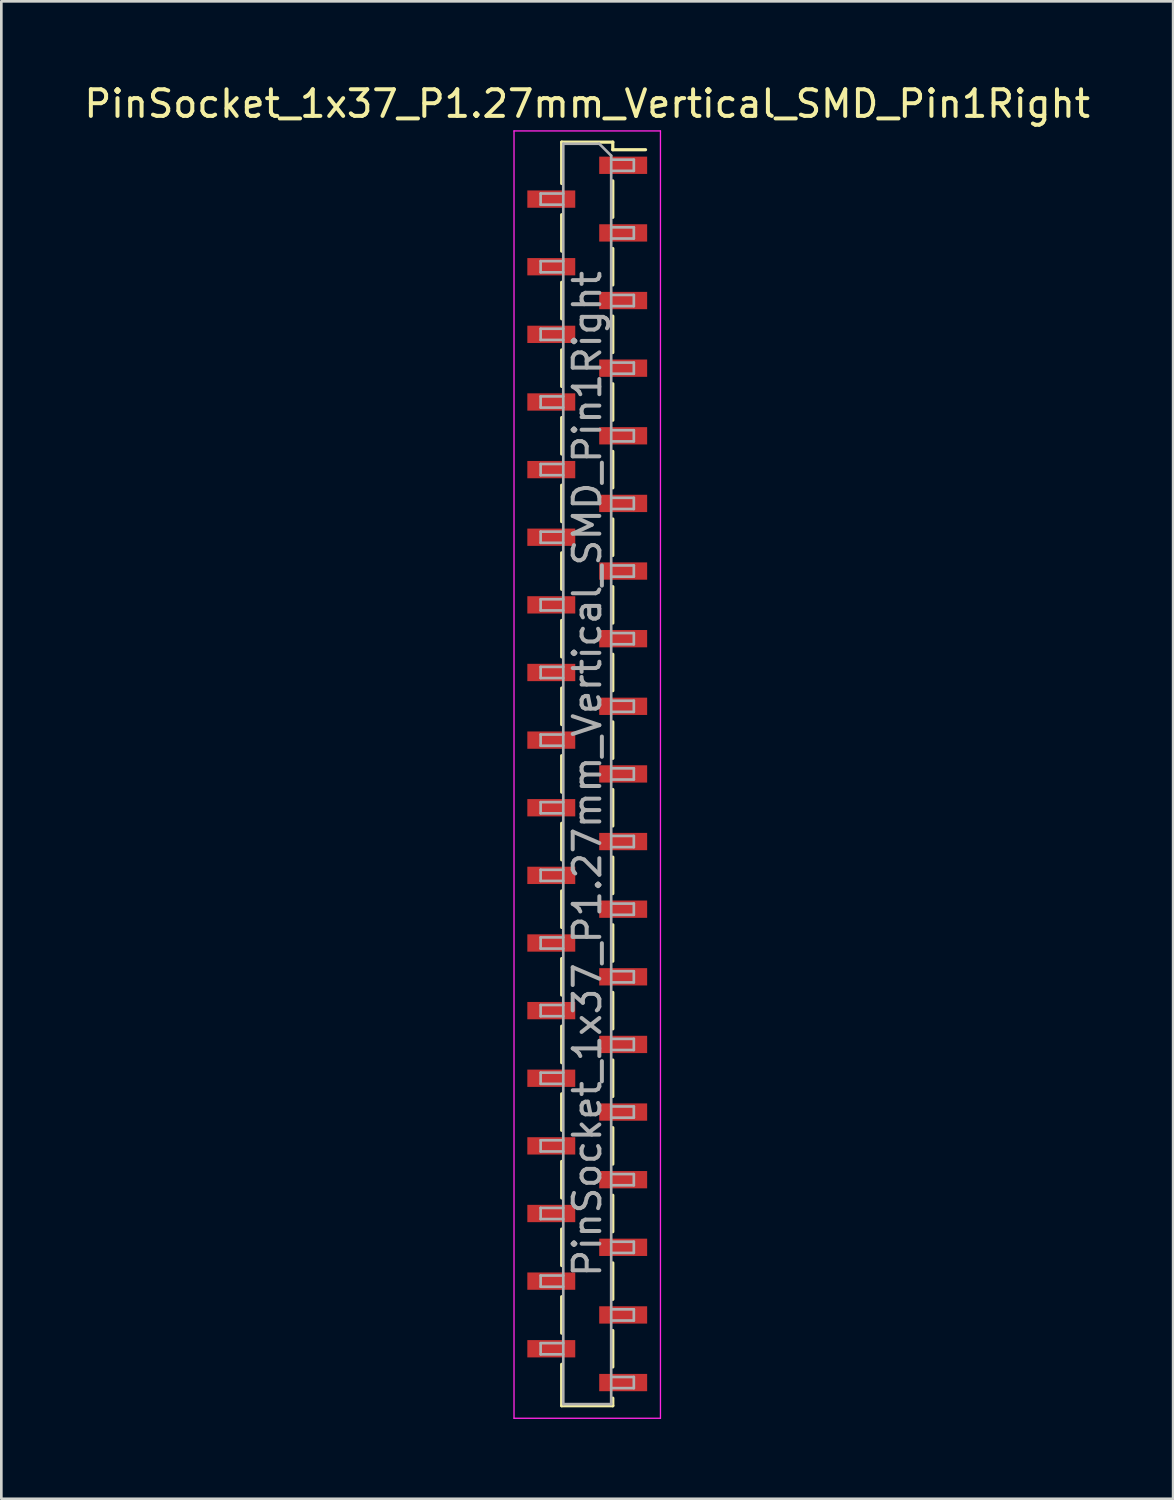
<source format=kicad_pcb>
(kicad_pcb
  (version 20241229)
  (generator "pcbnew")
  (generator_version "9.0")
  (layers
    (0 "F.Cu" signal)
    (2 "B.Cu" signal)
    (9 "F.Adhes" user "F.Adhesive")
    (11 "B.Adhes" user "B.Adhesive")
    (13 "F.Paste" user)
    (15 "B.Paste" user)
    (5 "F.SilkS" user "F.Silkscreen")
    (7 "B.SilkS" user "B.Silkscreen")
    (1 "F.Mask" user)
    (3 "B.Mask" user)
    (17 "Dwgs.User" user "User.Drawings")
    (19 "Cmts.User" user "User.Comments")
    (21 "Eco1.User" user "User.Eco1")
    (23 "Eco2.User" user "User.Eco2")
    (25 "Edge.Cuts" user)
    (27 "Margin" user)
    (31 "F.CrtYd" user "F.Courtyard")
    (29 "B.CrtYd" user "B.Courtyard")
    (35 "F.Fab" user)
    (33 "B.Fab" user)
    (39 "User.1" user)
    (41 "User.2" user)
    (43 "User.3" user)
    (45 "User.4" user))
  (footprint "PinSocket_1x37_P1.27mm_Vertical_SMD_Pin1Right"
    (layer "F.Cu")
    (at 19.006 26.018)
    (property "Reference" "PinSocket_1x37_P1.27mm_Vertical_SMD_Pin1Right" (at 0 -25.17 0) (layer "F.SilkS") (effects (font (size 1 1) (thickness 0.15))))
    (attr smd)
    (fp_line (start -0.96 -23.73) (end -0.96 -22.175) (stroke (width 0.12) (type solid)) (layer "F.SilkS"))
    (fp_line (start -0.96 -23.73) (end 0.96 -23.73) (stroke (width 0.12) (type solid)) (layer "F.SilkS"))
    (fp_line (start -0.96 -21.005) (end -0.96 -19.635) (stroke (width 0.12) (type solid)) (layer "F.SilkS"))
    (fp_line (start -0.96 -18.465) (end -0.96 -17.095) (stroke (width 0.12) (type solid)) (layer "F.SilkS"))
    (fp_line (start -0.96 -15.925) (end -0.96 -14.555) (stroke (width 0.12) (type solid)) (layer "F.SilkS"))
    (fp_line (start -0.96 -13.385) (end -0.96 -12.015) (stroke (width 0.12) (type solid)) (layer "F.SilkS"))
    (fp_line (start -0.96 -10.845) (end -0.96 -9.475) (stroke (width 0.12) (type solid)) (layer "F.SilkS"))
    (fp_line (start -0.96 -8.305) (end -0.96 -6.935) (stroke (width 0.12) (type solid)) (layer "F.SilkS"))
    (fp_line (start -0.96 -5.765) (end -0.96 -4.395) (stroke (width 0.12) (type solid)) (layer "F.SilkS"))
    (fp_line (start -0.96 -3.225) (end -0.96 -1.855) (stroke (width 0.12) (type solid)) (layer "F.SilkS"))
    (fp_line (start -0.96 -0.685) (end -0.96 0.685) (stroke (width 0.12) (type solid)) (layer "F.SilkS"))
    (fp_line (start -0.96 1.855) (end -0.96 3.225) (stroke (width 0.12) (type solid)) (layer "F.SilkS"))
    (fp_line (start -0.96 4.395) (end -0.96 5.765) (stroke (width 0.12) (type solid)) (layer "F.SilkS"))
    (fp_line (start -0.96 6.935) (end -0.96 8.305) (stroke (width 0.12) (type solid)) (layer "F.SilkS"))
    (fp_line (start -0.96 9.475) (end -0.96 10.845) (stroke (width 0.12) (type solid)) (layer "F.SilkS"))
    (fp_line (start -0.96 12.015) (end -0.96 13.385) (stroke (width 0.12) (type solid)) (layer "F.SilkS"))
    (fp_line (start -0.96 14.555) (end -0.96 15.925) (stroke (width 0.12) (type solid)) (layer "F.SilkS"))
    (fp_line (start -0.96 17.095) (end -0.96 18.465) (stroke (width 0.12) (type solid)) (layer "F.SilkS"))
    (fp_line (start -0.96 19.635) (end -0.96 21.005) (stroke (width 0.12) (type solid)) (layer "F.SilkS"))
    (fp_line (start -0.96 22.175) (end -0.96 23.73) (stroke (width 0.12) (type solid)) (layer "F.SilkS"))
    (fp_line (start -0.96 23.73) (end 0.96 23.73) (stroke (width 0.12) (type solid)) (layer "F.SilkS"))
    (fp_line (start 0.96 -23.73) (end 0.96 -23.445) (stroke (width 0.12) (type solid)) (layer "F.SilkS"))
    (fp_line (start 0.96 -23.445) (end 2.19 -23.445) (stroke (width 0.12) (type solid)) (layer "F.SilkS"))
    (fp_line (start 0.96 -22.275) (end 0.96 -20.905) (stroke (width 0.12) (type solid)) (layer "F.SilkS"))
    (fp_line (start 0.96 -19.735) (end 0.96 -18.365) (stroke (width 0.12) (type solid)) (layer "F.SilkS"))
    (fp_line (start 0.96 -17.195) (end 0.96 -15.825) (stroke (width 0.12) (type solid)) (layer "F.SilkS"))
    (fp_line (start 0.96 -14.655) (end 0.96 -13.285) (stroke (width 0.12) (type solid)) (layer "F.SilkS"))
    (fp_line (start 0.96 -12.115) (end 0.96 -10.745) (stroke (width 0.12) (type solid)) (layer "F.SilkS"))
    (fp_line (start 0.96 -9.575) (end 0.96 -8.205) (stroke (width 0.12) (type solid)) (layer "F.SilkS"))
    (fp_line (start 0.96 -7.035) (end 0.96 -5.665) (stroke (width 0.12) (type solid)) (layer "F.SilkS"))
    (fp_line (start 0.96 -4.495) (end 0.96 -3.125) (stroke (width 0.12) (type solid)) (layer "F.SilkS"))
    (fp_line (start 0.96 -1.955) (end 0.96 -0.585) (stroke (width 0.12) (type solid)) (layer "F.SilkS"))
    (fp_line (start 0.96 0.585) (end 0.96 1.955) (stroke (width 0.12) (type solid)) (layer "F.SilkS"))
    (fp_line (start 0.96 3.125) (end 0.96 4.495) (stroke (width 0.12) (type solid)) (layer "F.SilkS"))
    (fp_line (start 0.96 5.665) (end 0.96 7.035) (stroke (width 0.12) (type solid)) (layer "F.SilkS"))
    (fp_line (start 0.96 8.205) (end 0.96 9.575) (stroke (width 0.12) (type solid)) (layer "F.SilkS"))
    (fp_line (start 0.96 10.745) (end 0.96 12.115) (stroke (width 0.12) (type solid)) (layer "F.SilkS"))
    (fp_line (start 0.96 13.285) (end 0.96 14.655) (stroke (width 0.12) (type solid)) (layer "F.SilkS"))
    (fp_line (start 0.96 15.825) (end 0.96 17.195) (stroke (width 0.12) (type solid)) (layer "F.SilkS"))
    (fp_line (start 0.96 18.365) (end 0.96 19.735) (stroke (width 0.12) (type solid)) (layer "F.SilkS"))
    (fp_line (start 0.96 20.905) (end 0.96 22.275) (stroke (width 0.12) (type solid)) (layer "F.SilkS"))
    (fp_line (start 0.96 23.445) (end 0.96 23.73) (stroke (width 0.12) (type solid)) (layer "F.SilkS"))
    (fp_line (start -2.75 -24.15) (end 2.75 -24.15) (stroke (width 0.05) (type solid)) (layer "F.CrtYd"))
    (fp_line (start -2.75 24.2) (end -2.75 -24.15) (stroke (width 0.05) (type solid)) (layer "F.CrtYd"))
    (fp_line (start 2.75 -24.15) (end 2.75 24.2) (stroke (width 0.05) (type solid)) (layer "F.CrtYd"))
    (fp_line (start 2.75 24.2) (end -2.75 24.2) (stroke (width 0.05) (type solid)) (layer "F.CrtYd"))
    (fp_line (start -1.75 -21.8) (end -0.9 -21.8) (stroke (width 0.1) (type solid)) (layer "F.Fab"))
    (fp_line (start -1.75 -21.38) (end -1.75 -21.8) (stroke (width 0.1) (type solid)) (layer "F.Fab"))
    (fp_line (start -1.75 -19.26) (end -0.9 -19.26) (stroke (width 0.1) (type solid)) (layer "F.Fab"))
    (fp_line (start -1.75 -18.84) (end -1.75 -19.26) (stroke (width 0.1) (type solid)) (layer "F.Fab"))
    (fp_line (start -1.75 -16.72) (end -0.9 -16.72) (stroke (width 0.1) (type solid)) (layer "F.Fab"))
    (fp_line (start -1.75 -16.3) (end -1.75 -16.72) (stroke (width 0.1) (type solid)) (layer "F.Fab"))
    (fp_line (start -1.75 -14.18) (end -0.9 -14.18) (stroke (width 0.1) (type solid)) (layer "F.Fab"))
    (fp_line (start -1.75 -13.76) (end -1.75 -14.18) (stroke (width 0.1) (type solid)) (layer "F.Fab"))
    (fp_line (start -1.75 -11.64) (end -0.9 -11.64) (stroke (width 0.1) (type solid)) (layer "F.Fab"))
    (fp_line (start -1.75 -11.22) (end -1.75 -11.64) (stroke (width 0.1) (type solid)) (layer "F.Fab"))
    (fp_line (start -1.75 -9.1) (end -0.9 -9.1) (stroke (width 0.1) (type solid)) (layer "F.Fab"))
    (fp_line (start -1.75 -8.68) (end -1.75 -9.1) (stroke (width 0.1) (type solid)) (layer "F.Fab"))
    (fp_line (start -1.75 -6.56) (end -0.9 -6.56) (stroke (width 0.1) (type solid)) (layer "F.Fab"))
    (fp_line (start -1.75 -6.14) (end -1.75 -6.56) (stroke (width 0.1) (type solid)) (layer "F.Fab"))
    (fp_line (start -1.75 -4.02) (end -0.9 -4.02) (stroke (width 0.1) (type solid)) (layer "F.Fab"))
    (fp_line (start -1.75 -3.6) (end -1.75 -4.02) (stroke (width 0.1) (type solid)) (layer "F.Fab"))
    (fp_line (start -1.75 -1.48) (end -0.9 -1.48) (stroke (width 0.1) (type solid)) (layer "F.Fab"))
    (fp_line (start -1.75 -1.06) (end -1.75 -1.48) (stroke (width 0.1) (type solid)) (layer "F.Fab"))
    (fp_line (start -1.75 1.06) (end -0.9 1.06) (stroke (width 0.1) (type solid)) (layer "F.Fab"))
    (fp_line (start -1.75 1.48) (end -1.75 1.06) (stroke (width 0.1) (type solid)) (layer "F.Fab"))
    (fp_line (start -1.75 3.6) (end -0.9 3.6) (stroke (width 0.1) (type solid)) (layer "F.Fab"))
    (fp_line (start -1.75 4.02) (end -1.75 3.6) (stroke (width 0.1) (type solid)) (layer "F.Fab"))
    (fp_line (start -1.75 6.14) (end -0.9 6.14) (stroke (width 0.1) (type solid)) (layer "F.Fab"))
    (fp_line (start -1.75 6.56) (end -1.75 6.14) (stroke (width 0.1) (type solid)) (layer "F.Fab"))
    (fp_line (start -1.75 8.68) (end -0.9 8.68) (stroke (width 0.1) (type solid)) (layer "F.Fab"))
    (fp_line (start -1.75 9.1) (end -1.75 8.68) (stroke (width 0.1) (type solid)) (layer "F.Fab"))
    (fp_line (start -1.75 11.22) (end -0.9 11.22) (stroke (width 0.1) (type solid)) (layer "F.Fab"))
    (fp_line (start -1.75 11.64) (end -1.75 11.22) (stroke (width 0.1) (type solid)) (layer "F.Fab"))
    (fp_line (start -1.75 13.76) (end -0.9 13.76) (stroke (width 0.1) (type solid)) (layer "F.Fab"))
    (fp_line (start -1.75 14.18) (end -1.75 13.76) (stroke (width 0.1) (type solid)) (layer "F.Fab"))
    (fp_line (start -1.75 16.3) (end -0.9 16.3) (stroke (width 0.1) (type solid)) (layer "F.Fab"))
    (fp_line (start -1.75 16.72) (end -1.75 16.3) (stroke (width 0.1) (type solid)) (layer "F.Fab"))
    (fp_line (start -1.75 18.84) (end -0.9 18.84) (stroke (width 0.1) (type solid)) (layer "F.Fab"))
    (fp_line (start -1.75 19.26) (end -1.75 18.84) (stroke (width 0.1) (type solid)) (layer "F.Fab"))
    (fp_line (start -1.75 21.38) (end -0.9 21.38) (stroke (width 0.1) (type solid)) (layer "F.Fab"))
    (fp_line (start -1.75 21.8) (end -1.75 21.38) (stroke (width 0.1) (type solid)) (layer "F.Fab"))
    (fp_line (start -0.9 -23.67) (end 0.45 -23.67) (stroke (width 0.1) (type solid)) (layer "F.Fab"))
    (fp_line (start -0.9 -21.38) (end -1.75 -21.38) (stroke (width 0.1) (type solid)) (layer "F.Fab"))
    (fp_line (start -0.9 -18.84) (end -1.75 -18.84) (stroke (width 0.1) (type solid)) (layer "F.Fab"))
    (fp_line (start -0.9 -16.3) (end -1.75 -16.3) (stroke (width 0.1) (type solid)) (layer "F.Fab"))
    (fp_line (start -0.9 -13.76) (end -1.75 -13.76) (stroke (width 0.1) (type solid)) (layer "F.Fab"))
    (fp_line (start -0.9 -11.22) (end -1.75 -11.22) (stroke (width 0.1) (type solid)) (layer "F.Fab"))
    (fp_line (start -0.9 -8.68) (end -1.75 -8.68) (stroke (width 0.1) (type solid)) (layer "F.Fab"))
    (fp_line (start -0.9 -6.14) (end -1.75 -6.14) (stroke (width 0.1) (type solid)) (layer "F.Fab"))
    (fp_line (start -0.9 -3.6) (end -1.75 -3.6) (stroke (width 0.1) (type solid)) (layer "F.Fab"))
    (fp_line (start -0.9 -1.06) (end -1.75 -1.06) (stroke (width 0.1) (type solid)) (layer "F.Fab"))
    (fp_line (start -0.9 1.48) (end -1.75 1.48) (stroke (width 0.1) (type solid)) (layer "F.Fab"))
    (fp_line (start -0.9 4.02) (end -1.75 4.02) (stroke (width 0.1) (type solid)) (layer "F.Fab"))
    (fp_line (start -0.9 6.56) (end -1.75 6.56) (stroke (width 0.1) (type solid)) (layer "F.Fab"))
    (fp_line (start -0.9 9.1) (end -1.75 9.1) (stroke (width 0.1) (type solid)) (layer "F.Fab"))
    (fp_line (start -0.9 11.64) (end -1.75 11.64) (stroke (width 0.1) (type solid)) (layer "F.Fab"))
    (fp_line (start -0.9 14.18) (end -1.75 14.18) (stroke (width 0.1) (type solid)) (layer "F.Fab"))
    (fp_line (start -0.9 16.72) (end -1.75 16.72) (stroke (width 0.1) (type solid)) (layer "F.Fab"))
    (fp_line (start -0.9 19.26) (end -1.75 19.26) (stroke (width 0.1) (type solid)) (layer "F.Fab"))
    (fp_line (start -0.9 21.8) (end -1.75 21.8) (stroke (width 0.1) (type solid)) (layer "F.Fab"))
    (fp_line (start -0.9 23.67) (end -0.9 -23.67) (stroke (width 0.1) (type solid)) (layer "F.Fab"))
    (fp_line (start 0.45 -23.67) (end 0.9 -23.22) (stroke (width 0.1) (type solid)) (layer "F.Fab"))
    (fp_line (start 0.9 -23.22) (end 0.9 23.67) (stroke (width 0.1) (type solid)) (layer "F.Fab"))
    (fp_line (start 0.9 -23.07) (end 1.75 -23.07) (stroke (width 0.1) (type solid)) (layer "F.Fab"))
    (fp_line (start 0.9 -20.53) (end 1.75 -20.53) (stroke (width 0.1) (type solid)) (layer "F.Fab"))
    (fp_line (start 0.9 -17.99) (end 1.75 -17.99) (stroke (width 0.1) (type solid)) (layer "F.Fab"))
    (fp_line (start 0.9 -15.45) (end 1.75 -15.45) (stroke (width 0.1) (type solid)) (layer "F.Fab"))
    (fp_line (start 0.9 -12.91) (end 1.75 -12.91) (stroke (width 0.1) (type solid)) (layer "F.Fab"))
    (fp_line (start 0.9 -10.37) (end 1.75 -10.37) (stroke (width 0.1) (type solid)) (layer "F.Fab"))
    (fp_line (start 0.9 -7.83) (end 1.75 -7.83) (stroke (width 0.1) (type solid)) (layer "F.Fab"))
    (fp_line (start 0.9 -5.29) (end 1.75 -5.29) (stroke (width 0.1) (type solid)) (layer "F.Fab"))
    (fp_line (start 0.9 -2.75) (end 1.75 -2.75) (stroke (width 0.1) (type solid)) (layer "F.Fab"))
    (fp_line (start 0.9 -0.21) (end 1.75 -0.21) (stroke (width 0.1) (type solid)) (layer "F.Fab"))
    (fp_line (start 0.9 2.33) (end 1.75 2.33) (stroke (width 0.1) (type solid)) (layer "F.Fab"))
    (fp_line (start 0.9 4.87) (end 1.75 4.87) (stroke (width 0.1) (type solid)) (layer "F.Fab"))
    (fp_line (start 0.9 7.41) (end 1.75 7.41) (stroke (width 0.1) (type solid)) (layer "F.Fab"))
    (fp_line (start 0.9 9.95) (end 1.75 9.95) (stroke (width 0.1) (type solid)) (layer "F.Fab"))
    (fp_line (start 0.9 12.49) (end 1.75 12.49) (stroke (width 0.1) (type solid)) (layer "F.Fab"))
    (fp_line (start 0.9 15.03) (end 1.75 15.03) (stroke (width 0.1) (type solid)) (layer "F.Fab"))
    (fp_line (start 0.9 17.57) (end 1.75 17.57) (stroke (width 0.1) (type solid)) (layer "F.Fab"))
    (fp_line (start 0.9 20.11) (end 1.75 20.11) (stroke (width 0.1) (type solid)) (layer "F.Fab"))
    (fp_line (start 0.9 22.65) (end 1.75 22.65) (stroke (width 0.1) (type solid)) (layer "F.Fab"))
    (fp_line (start 0.9 23.67) (end -0.9 23.67) (stroke (width 0.1) (type solid)) (layer "F.Fab"))
    (fp_line (start 1.75 -23.07) (end 1.75 -22.65) (stroke (width 0.1) (type solid)) (layer "F.Fab"))
    (fp_line (start 1.75 -22.65) (end 0.9 -22.65) (stroke (width 0.1) (type solid)) (layer "F.Fab"))
    (fp_line (start 1.75 -20.53) (end 1.75 -20.11) (stroke (width 0.1) (type solid)) (layer "F.Fab"))
    (fp_line (start 1.75 -20.11) (end 0.9 -20.11) (stroke (width 0.1) (type solid)) (layer "F.Fab"))
    (fp_line (start 1.75 -17.99) (end 1.75 -17.57) (stroke (width 0.1) (type solid)) (layer "F.Fab"))
    (fp_line (start 1.75 -17.57) (end 0.9 -17.57) (stroke (width 0.1) (type solid)) (layer "F.Fab"))
    (fp_line (start 1.75 -15.45) (end 1.75 -15.03) (stroke (width 0.1) (type solid)) (layer "F.Fab"))
    (fp_line (start 1.75 -15.03) (end 0.9 -15.03) (stroke (width 0.1) (type solid)) (layer "F.Fab"))
    (fp_line (start 1.75 -12.91) (end 1.75 -12.49) (stroke (width 0.1) (type solid)) (layer "F.Fab"))
    (fp_line (start 1.75 -12.49) (end 0.9 -12.49) (stroke (width 0.1) (type solid)) (layer "F.Fab"))
    (fp_line (start 1.75 -10.37) (end 1.75 -9.95) (stroke (width 0.1) (type solid)) (layer "F.Fab"))
    (fp_line (start 1.75 -9.95) (end 0.9 -9.95) (stroke (width 0.1) (type solid)) (layer "F.Fab"))
    (fp_line (start 1.75 -7.83) (end 1.75 -7.41) (stroke (width 0.1) (type solid)) (layer "F.Fab"))
    (fp_line (start 1.75 -7.41) (end 0.9 -7.41) (stroke (width 0.1) (type solid)) (layer "F.Fab"))
    (fp_line (start 1.75 -5.29) (end 1.75 -4.87) (stroke (width 0.1) (type solid)) (layer "F.Fab"))
    (fp_line (start 1.75 -4.87) (end 0.9 -4.87) (stroke (width 0.1) (type solid)) (layer "F.Fab"))
    (fp_line (start 1.75 -2.75) (end 1.75 -2.33) (stroke (width 0.1) (type solid)) (layer "F.Fab"))
    (fp_line (start 1.75 -2.33) (end 0.9 -2.33) (stroke (width 0.1) (type solid)) (layer "F.Fab"))
    (fp_line (start 1.75 -0.21) (end 1.75 0.21) (stroke (width 0.1) (type solid)) (layer "F.Fab"))
    (fp_line (start 1.75 0.21) (end 0.9 0.21) (stroke (width 0.1) (type solid)) (layer "F.Fab"))
    (fp_line (start 1.75 2.33) (end 1.75 2.75) (stroke (width 0.1) (type solid)) (layer "F.Fab"))
    (fp_line (start 1.75 2.75) (end 0.9 2.75) (stroke (width 0.1) (type solid)) (layer "F.Fab"))
    (fp_line (start 1.75 4.87) (end 1.75 5.29) (stroke (width 0.1) (type solid)) (layer "F.Fab"))
    (fp_line (start 1.75 5.29) (end 0.9 5.29) (stroke (width 0.1) (type solid)) (layer "F.Fab"))
    (fp_line (start 1.75 7.41) (end 1.75 7.83) (stroke (width 0.1) (type solid)) (layer "F.Fab"))
    (fp_line (start 1.75 7.83) (end 0.9 7.83) (stroke (width 0.1) (type solid)) (layer "F.Fab"))
    (fp_line (start 1.75 9.95) (end 1.75 10.37) (stroke (width 0.1) (type solid)) (layer "F.Fab"))
    (fp_line (start 1.75 10.37) (end 0.9 10.37) (stroke (width 0.1) (type solid)) (layer "F.Fab"))
    (fp_line (start 1.75 12.49) (end 1.75 12.91) (stroke (width 0.1) (type solid)) (layer "F.Fab"))
    (fp_line (start 1.75 12.91) (end 0.9 12.91) (stroke (width 0.1) (type solid)) (layer "F.Fab"))
    (fp_line (start 1.75 15.03) (end 1.75 15.45) (stroke (width 0.1) (type solid)) (layer "F.Fab"))
    (fp_line (start 1.75 15.45) (end 0.9 15.45) (stroke (width 0.1) (type solid)) (layer "F.Fab"))
    (fp_line (start 1.75 17.57) (end 1.75 17.99) (stroke (width 0.1) (type solid)) (layer "F.Fab"))
    (fp_line (start 1.75 17.99) (end 0.9 17.99) (stroke (width 0.1) (type solid)) (layer "F.Fab"))
    (fp_line (start 1.75 20.11) (end 1.75 20.53) (stroke (width 0.1) (type solid)) (layer "F.Fab"))
    (fp_line (start 1.75 20.53) (end 0.9 20.53) (stroke (width 0.1) (type solid)) (layer "F.Fab"))
    (fp_line (start 1.75 22.65) (end 1.75 23.07) (stroke (width 0.1) (type solid)) (layer "F.Fab"))
    (fp_line (start 1.75 23.07) (end 0.9 23.07) (stroke (width 0.1) (type solid)) (layer "F.Fab"))
    (fp_text user "${REFERENCE}" (at 0 0 90) (layer "F.Fab") (effects (font (size 1 1) (thickness 0.15))))
    (pad "1" smd rect (at 1.35 -22.86) (size 1.8 0.65) (layers "F.Cu" "F.Mask" "F.Paste"))
    (pad "2" smd rect (at -1.35 -21.59) (size 1.8 0.65) (layers "F.Cu" "F.Mask" "F.Paste"))
    (pad "3" smd rect (at 1.35 -20.32) (size 1.8 0.65) (layers "F.Cu" "F.Mask" "F.Paste"))
    (pad "4" smd rect (at -1.35 -19.05) (size 1.8 0.65) (layers "F.Cu" "F.Mask" "F.Paste"))
    (pad "5" smd rect (at 1.35 -17.78) (size 1.8 0.65) (layers "F.Cu" "F.Mask" "F.Paste"))
    (pad "6" smd rect (at -1.35 -16.51) (size 1.8 0.65) (layers "F.Cu" "F.Mask" "F.Paste"))
    (pad "7" smd rect (at 1.35 -15.24) (size 1.8 0.65) (layers "F.Cu" "F.Mask" "F.Paste"))
    (pad "8" smd rect (at -1.35 -13.97) (size 1.8 0.65) (layers "F.Cu" "F.Mask" "F.Paste"))
    (pad "9" smd rect (at 1.35 -12.7) (size 1.8 0.65) (layers "F.Cu" "F.Mask" "F.Paste"))
    (pad "10" smd rect (at -1.35 -11.43) (size 1.8 0.65) (layers "F.Cu" "F.Mask" "F.Paste"))
    (pad "11" smd rect (at 1.35 -10.16) (size 1.8 0.65) (layers "F.Cu" "F.Mask" "F.Paste"))
    (pad "12" smd rect (at -1.35 -8.89) (size 1.8 0.65) (layers "F.Cu" "F.Mask" "F.Paste"))
    (pad "13" smd rect (at 1.35 -7.62) (size 1.8 0.65) (layers "F.Cu" "F.Mask" "F.Paste"))
    (pad "14" smd rect (at -1.35 -6.35) (size 1.8 0.65) (layers "F.Cu" "F.Mask" "F.Paste"))
    (pad "15" smd rect (at 1.35 -5.08) (size 1.8 0.65) (layers "F.Cu" "F.Mask" "F.Paste"))
    (pad "16" smd rect (at -1.35 -3.81) (size 1.8 0.65) (layers "F.Cu" "F.Mask" "F.Paste"))
    (pad "17" smd rect (at 1.35 -2.54) (size 1.8 0.65) (layers "F.Cu" "F.Mask" "F.Paste"))
    (pad "18" smd rect (at -1.35 -1.27) (size 1.8 0.65) (layers "F.Cu" "F.Mask" "F.Paste"))
    (pad "19" smd rect (at 1.35 0) (size 1.8 0.65) (layers "F.Cu" "F.Mask" "F.Paste"))
    (pad "20" smd rect (at -1.35 1.27) (size 1.8 0.65) (layers "F.Cu" "F.Mask" "F.Paste"))
    (pad "21" smd rect (at 1.35 2.54) (size 1.8 0.65) (layers "F.Cu" "F.Mask" "F.Paste"))
    (pad "22" smd rect (at -1.35 3.81) (size 1.8 0.65) (layers "F.Cu" "F.Mask" "F.Paste"))
    (pad "23" smd rect (at 1.35 5.08) (size 1.8 0.65) (layers "F.Cu" "F.Mask" "F.Paste"))
    (pad "24" smd rect (at -1.35 6.35) (size 1.8 0.65) (layers "F.Cu" "F.Mask" "F.Paste"))
    (pad "25" smd rect (at 1.35 7.62) (size 1.8 0.65) (layers "F.Cu" "F.Mask" "F.Paste"))
    (pad "26" smd rect (at -1.35 8.89) (size 1.8 0.65) (layers "F.Cu" "F.Mask" "F.Paste"))
    (pad "27" smd rect (at 1.35 10.16) (size 1.8 0.65) (layers "F.Cu" "F.Mask" "F.Paste"))
    (pad "28" smd rect (at -1.35 11.43) (size 1.8 0.65) (layers "F.Cu" "F.Mask" "F.Paste"))
    (pad "29" smd rect (at 1.35 12.7) (size 1.8 0.65) (layers "F.Cu" "F.Mask" "F.Paste"))
    (pad "30" smd rect (at -1.35 13.97) (size 1.8 0.65) (layers "F.Cu" "F.Mask" "F.Paste"))
    (pad "31" smd rect (at 1.35 15.24) (size 1.8 0.65) (layers "F.Cu" "F.Mask" "F.Paste"))
    (pad "32" smd rect (at -1.35 16.51) (size 1.8 0.65) (layers "F.Cu" "F.Mask" "F.Paste"))
    (pad "33" smd rect (at 1.35 17.78) (size 1.8 0.65) (layers "F.Cu" "F.Mask" "F.Paste"))
    (pad "34" smd rect (at -1.35 19.05) (size 1.8 0.65) (layers "F.Cu" "F.Mask" "F.Paste"))
    (pad "35" smd rect (at 1.35 20.32) (size 1.8 0.65) (layers "F.Cu" "F.Mask" "F.Paste"))
    (pad "36" smd rect (at -1.35 21.59) (size 1.8 0.65) (layers "F.Cu" "F.Mask" "F.Paste"))
    (pad "37" smd rect (at 1.35 22.86) (size 1.8 0.65) (layers "F.Cu" "F.Mask" "F.Paste")))
  (gr_rect
    (start -3 -3)
    (end 41.012 53.243)
    (stroke (width 0.1) (type default))
    (fill no)
    (layer "Edge.Cuts")))
</source>
